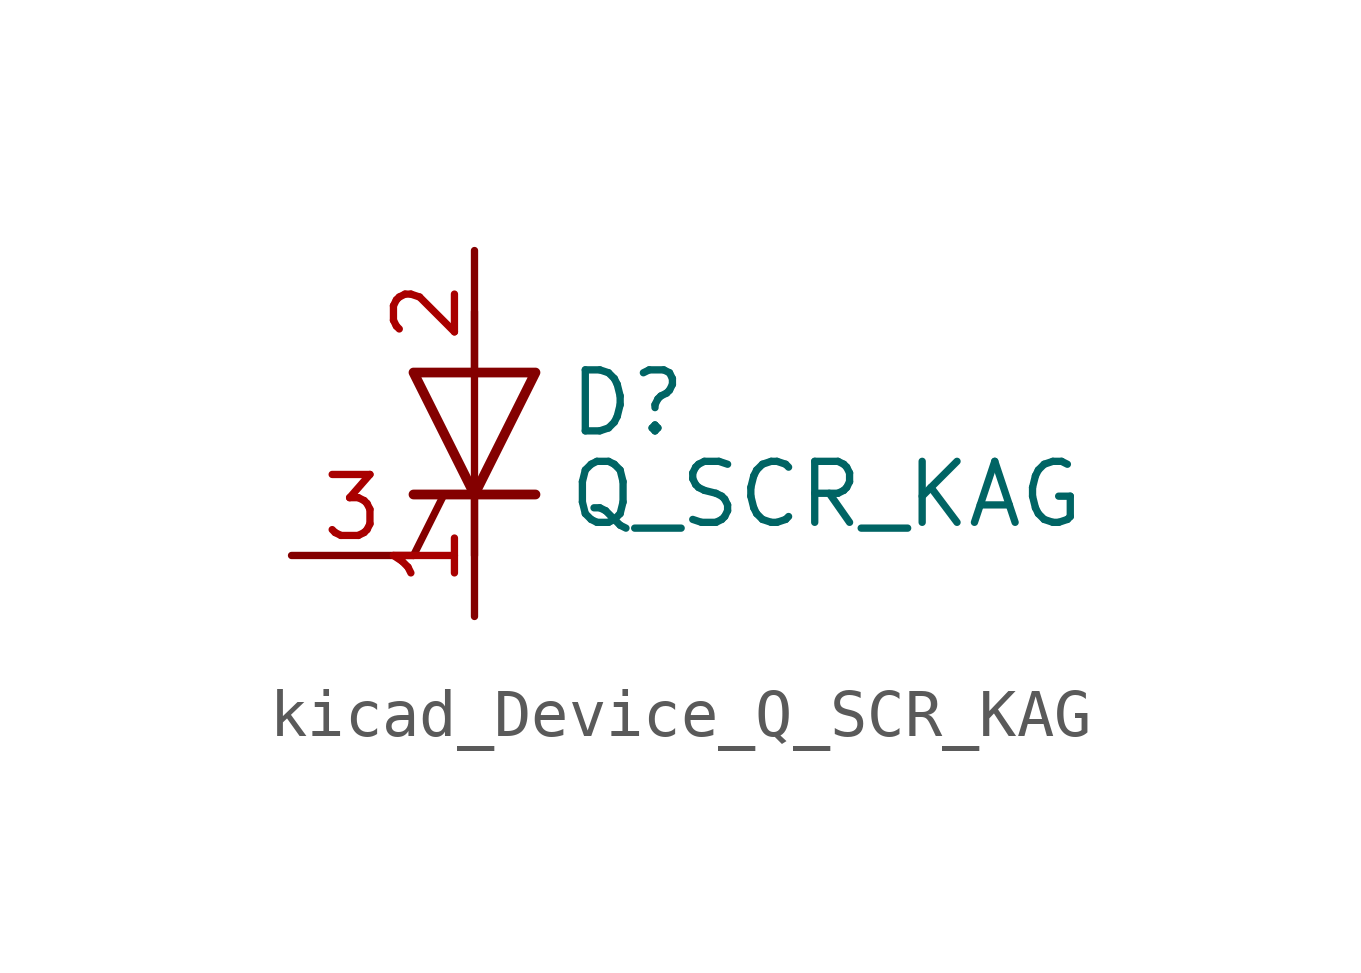
<source format=kicad_sym>
(kicad_symbol_lib
  (version 20220914)
  (generator kicad_symbol_editor)
  (symbol "kicad_Device_Q_SCR_KAG"
    (pin_names
      (offset 0) hide)
    (property "Reference" "D"
      (at 1.905 0.635 0)
      (effects (font (size 1.27 1.27)) (justify left)))
    (property "Value" "Q_SCR_KAG"
      (at 1.905 -1.27 0)
      (effects (font (size 1.27 1.27)) (justify left)))
    (symbol "kicad_Device_Q_SCR_KAG_0_1"
      (polyline (pts (xy -1.27 -2.54) (xy -0.635 -1.27)) (stroke (width 0) (type default)) (fill (type none)))
      (polyline (pts (xy -1.27 -1.27) (xy 1.27 -1.27)) (stroke (width 0.203) (type default)) (fill (type none)))
      (polyline (pts (xy 0 -2.54) (xy 0 2.54)) (stroke (width 0) (type default)) (fill (type none)))
      (polyline (pts (xy -1.27 1.27) (xy 1.27 1.27) (xy 0 -1.27) (xy -1.27 1.27)) (stroke (width 0.203) (type default)) (fill (type none))))
    (symbol "kicad_Device_Q_SCR_KAG_1_1"
      (pin passive line (at 0 -3.81 90) (length 2.54) (name "K" (effects (font (size 1.27 1.27)))) (number "1" (effects (font (size 1.27 1.27)))))
      (pin passive line (at 0 3.81 270) (length 2.54) (name "A" (effects (font (size 1.27 1.27)))) (number "2" (effects (font (size 1.27 1.27)))))
      (pin input line (at -3.81 -2.54 0) (length 2.54) (name "G" (effects (font (size 1.27 1.27)))) (number "3" (effects (font (size 1.27 1.27))))))))
</source>
